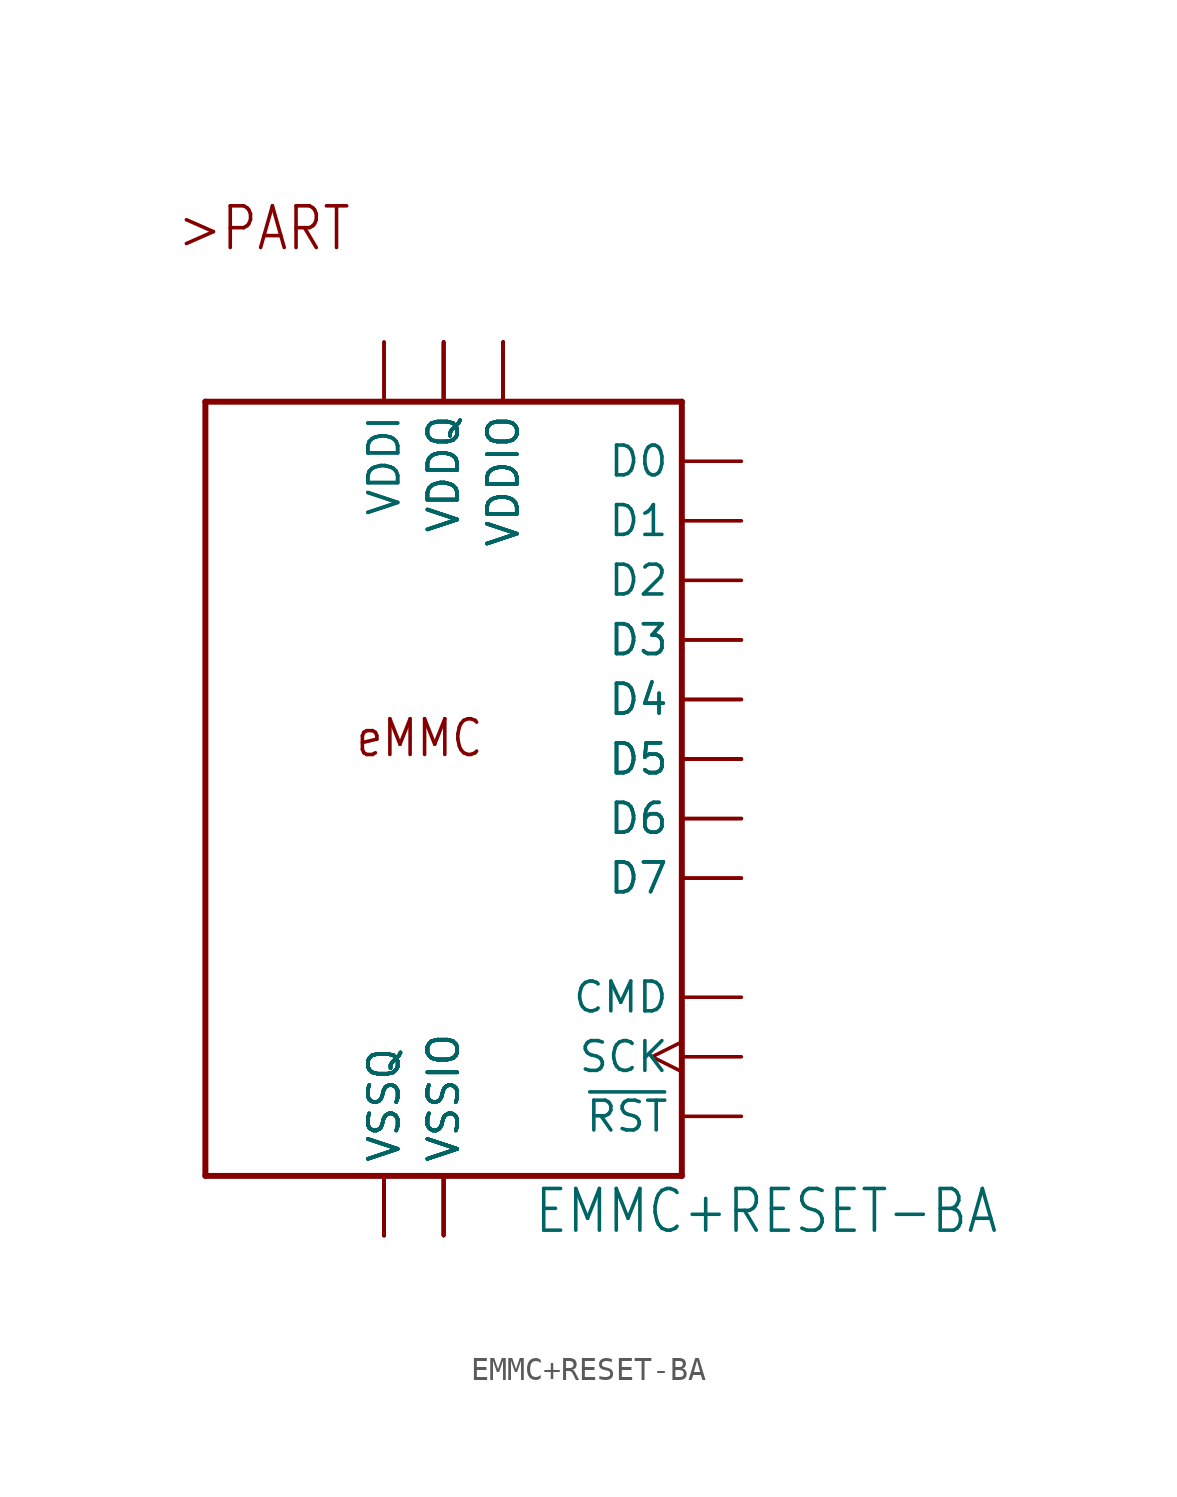
<source format=kicad_sym>
(kicad_symbol_lib
  (version 20211014)
  (generator kicad_symbol_editor)
  (symbol "EMMC+RESET-BA"
    (property "Reference" "U"
      (at 0 0 0)
      (effects (font (size 1.27 1.27)) hide))
    (property "Value" "EMMC+RESET-BA"
      (at 3.81 -20.32 0)
      (effects (font (size 1.778 1.511)) (justify left bottom)))
    (property "ki_locked" ""
      (at 0 0 0)
      (effects (font (size 1.27 1.27))))
    (symbol "EMMC+RESET-BA_1_0"
      (polyline (pts (xy -10.16 -17.78) (xy 10.16 -17.78)) (stroke (width 0.254) (type default) (color 0 0 0 0)) (fill (type none)))
      (polyline (pts (xy -10.16 15.24) (xy -10.16 -17.78)) (stroke (width 0.254) (type default) (color 0 0 0 0)) (fill (type none)))
      (polyline (pts (xy 10.16 -17.78) (xy 10.16 15.24)) (stroke (width 0.254) (type default) (color 0 0 0 0)) (fill (type none)))
      (polyline (pts (xy 10.16 15.24) (xy -10.16 15.24)) (stroke (width 0.254) (type default) (color 0 0 0 0)) (fill (type none)))
      (text ">PART" (at -11.43 21.59 0) (effects (font (size 1.778 1.511)) (justify left bottom)))
      (text "eMMC" (at -3.81 0 0) (effects (font (size 1.524 1.295)) (justify left bottom)))
      (pin input line (at 12.7 5.08 180) (length 2.54) (name "D3" (effects (font (size 1.27 1.27)))) (number "A1" (effects (font (size 0 0)))))
      (pin input line (at 12.7 2.54 180) (length 2.54) (name "D4" (effects (font (size 1.27 1.27)))) (number "A2" (effects (font (size 0 0)))))
      (pin input line (at 12.7 12.7 180) (length 2.54) (name "D0" (effects (font (size 1.27 1.27)))) (number "A3" (effects (font (size 0 0)))))
      (pin input line (at 12.7 10.16 180) (length 2.54) (name "D1" (effects (font (size 1.27 1.27)))) (number "A4" (effects (font (size 0 0)))))
      (pin input line (at 12.7 7.62 180) (length 2.54) (name "D2" (effects (font (size 1.27 1.27)))) (number "A5" (effects (font (size 0 0)))))
      (pin power_in line (at 0 -20.32 90) (length 2.54) (name "VSSIO" (effects (font (size 1.27 1.27)))) (number "A6" (effects (font (size 0 0)))))
      (pin input line (at 12.7 -5.08 180) (length 2.54) (name "D7" (effects (font (size 1.27 1.27)))) (number "A7" (effects (font (size 0 0)))))
      (pin input line (at 12.7 5.08 180) (length 2.54) (name "D3" (effects (font (size 1.27 1.27)))) (number "B2" (effects (font (size 0 0)))))
      (pin input line (at 12.7 2.54 180) (length 2.54) (name "D4" (effects (font (size 1.27 1.27)))) (number "B3" (effects (font (size 0 0)))))
      (pin input line (at 12.7 0 180) (length 2.54) (name "D5" (effects (font (size 1.27 1.27)))) (number "B4" (effects (font (size 0 0)))))
      (pin bidirectional line (at 12.7 -2.54 180) (length 2.54) (name "D6" (effects (font (size 1.27 1.27)))) (number "B5" (effects (font (size 0 0)))))
      (pin input line (at 12.7 -5.08 180) (length 2.54) (name "D7" (effects (font (size 1.27 1.27)))) (number "B6" (effects (font (size 0 0)))))
      (pin power_in line (at -2.54 17.78 270) (length 2.54) (name "VDDI" (effects (font (size 1.27 1.27)))) (number "C1" (effects (font (size 0 0)))))
      (pin power_in line (at -2.54 17.78 270) (length 2.54) (name "VDDI" (effects (font (size 1.27 1.27)))) (number "C2" (effects (font (size 0 0)))))
      (pin input line (at 12.7 0 180) (length 2.54) (name "D5" (effects (font (size 1.27 1.27)))) (number "C3" (effects (font (size 0 0)))))
      (pin power_in line (at -2.54 -20.32 90) (length 2.54) (name "VSSQ" (effects (font (size 1.27 1.27)))) (number "C4" (effects (font (size 0 0)))))
      (pin bidirectional line (at 12.7 -2.54 180) (length 2.54) (name "D6" (effects (font (size 1.27 1.27)))) (number "C5" (effects (font (size 0 0)))))
      (pin power_in line (at 0 17.78 270) (length 2.54) (name "VDDQ" (effects (font (size 1.27 1.27)))) (number "C6" (effects (font (size 0 0)))))
      (pin input line (at 12.7 0 180) (length 2.54) (name "D5" (effects (font (size 1.27 1.27)))) (number "D3" (effects (font (size 0 0)))))
      (pin power_in line (at 0 -20.32 90) (length 2.54) (name "VSSIO" (effects (font (size 1.27 1.27)))) (number "D4" (effects (font (size 0 0)))))
      (pin power_in line (at 2.54 17.78 270) (length 2.54) (name "VDDIO" (effects (font (size 1.27 1.27)))) (number "E6" (effects (font (size 0 0)))))
      (pin power_in line (at 0 -20.32 90) (length 2.54) (name "VSSIO" (effects (font (size 1.27 1.27)))) (number "E7" (effects (font (size 0 0)))))
      (pin power_in line (at 2.54 17.78 270) (length 2.54) (name "VDDIO" (effects (font (size 1.27 1.27)))) (number "F5" (effects (font (size 0 0)))))
      (pin power_in line (at 0 -20.32 90) (length 2.54) (name "VSSIO" (effects (font (size 1.27 1.27)))) (number "G5" (effects (font (size 0 0)))))
      (pin power_in line (at 0 -20.32 90) (length 2.54) (name "VSSIO" (effects (font (size 1.27 1.27)))) (number "H10" (effects (font (size 0 0)))))
      (pin power_in line (at 2.54 17.78 270) (length 2.54) (name "VDDIO" (effects (font (size 1.27 1.27)))) (number "J10" (effects (font (size 0 0)))))
      (pin power_in line (at 0 -20.32 90) (length 2.54) (name "VSSIO" (effects (font (size 1.27 1.27)))) (number "J5" (effects (font (size 0 0)))))
      (pin input line (at 12.7 -15.24 180) (length 2.54) (name "~{RST}" (effects (font (size 1.27 1.27)))) (number "K5" (effects (font (size 0 0)))))
      (pin power_in line (at 0 -20.32 90) (length 2.54) (name "VSSIO" (effects (font (size 1.27 1.27)))) (number "K8" (effects (font (size 0 0)))))
      (pin power_in line (at 2.54 17.78 270) (length 2.54) (name "VDDIO" (effects (font (size 1.27 1.27)))) (number "K9" (effects (font (size 0 0)))))
      (pin power_in line (at 0 17.78 270) (length 2.54) (name "VDDQ" (effects (font (size 1.27 1.27)))) (number "M4" (effects (font (size 0 0)))))
      (pin input line (at 12.7 -10.16 180) (length 2.54) (name "CMD" (effects (font (size 1.27 1.27)))) (number "M5" (effects (font (size 0 0)))))
      (pin input clock (at 12.7 -12.7 180) (length 2.54) (name "SCK" (effects (font (size 1.27 1.27)))) (number "M6" (effects (font (size 0 0)))))
      (pin power_in line (at -2.54 -20.32 90) (length 2.54) (name "VSSQ" (effects (font (size 1.27 1.27)))) (number "N1" (effects (font (size 0 0)))))
      (pin power_in line (at -2.54 -20.32 90) (length 2.54) (name "VSSQ" (effects (font (size 1.27 1.27)))) (number "N2" (effects (font (size 0 0)))))
      (pin power_in line (at 0 17.78 270) (length 2.54) (name "VDDQ" (effects (font (size 1.27 1.27)))) (number "N4" (effects (font (size 0 0)))))
      (pin power_in line (at -2.54 -20.32 90) (length 2.54) (name "VSSQ" (effects (font (size 1.27 1.27)))) (number "N5" (effects (font (size 0 0)))))
      (pin power_in line (at 0 17.78 270) (length 2.54) (name "VDDQ" (effects (font (size 1.27 1.27)))) (number "P3" (effects (font (size 0 0)))))
      (pin power_in line (at -2.54 -20.32 90) (length 2.54) (name "VSSQ" (effects (font (size 1.27 1.27)))) (number "P4" (effects (font (size 0 0)))))
      (pin power_in line (at 0 17.78 270) (length 2.54) (name "VDDQ" (effects (font (size 1.27 1.27)))) (number "P5" (effects (font (size 0 0)))))
      (pin power_in line (at -2.54 -20.32 90) (length 2.54) (name "VSSQ" (effects (font (size 1.27 1.27)))) (number "P6" (effects (font (size 0 0)))))
      (pin power_in line (at 2.54 17.78 270) (length 2.54) (name "VDDIO" (effects (font (size 1.27 1.27)))) (number "P7" (effects (font (size 0 0))))))))
</source>
